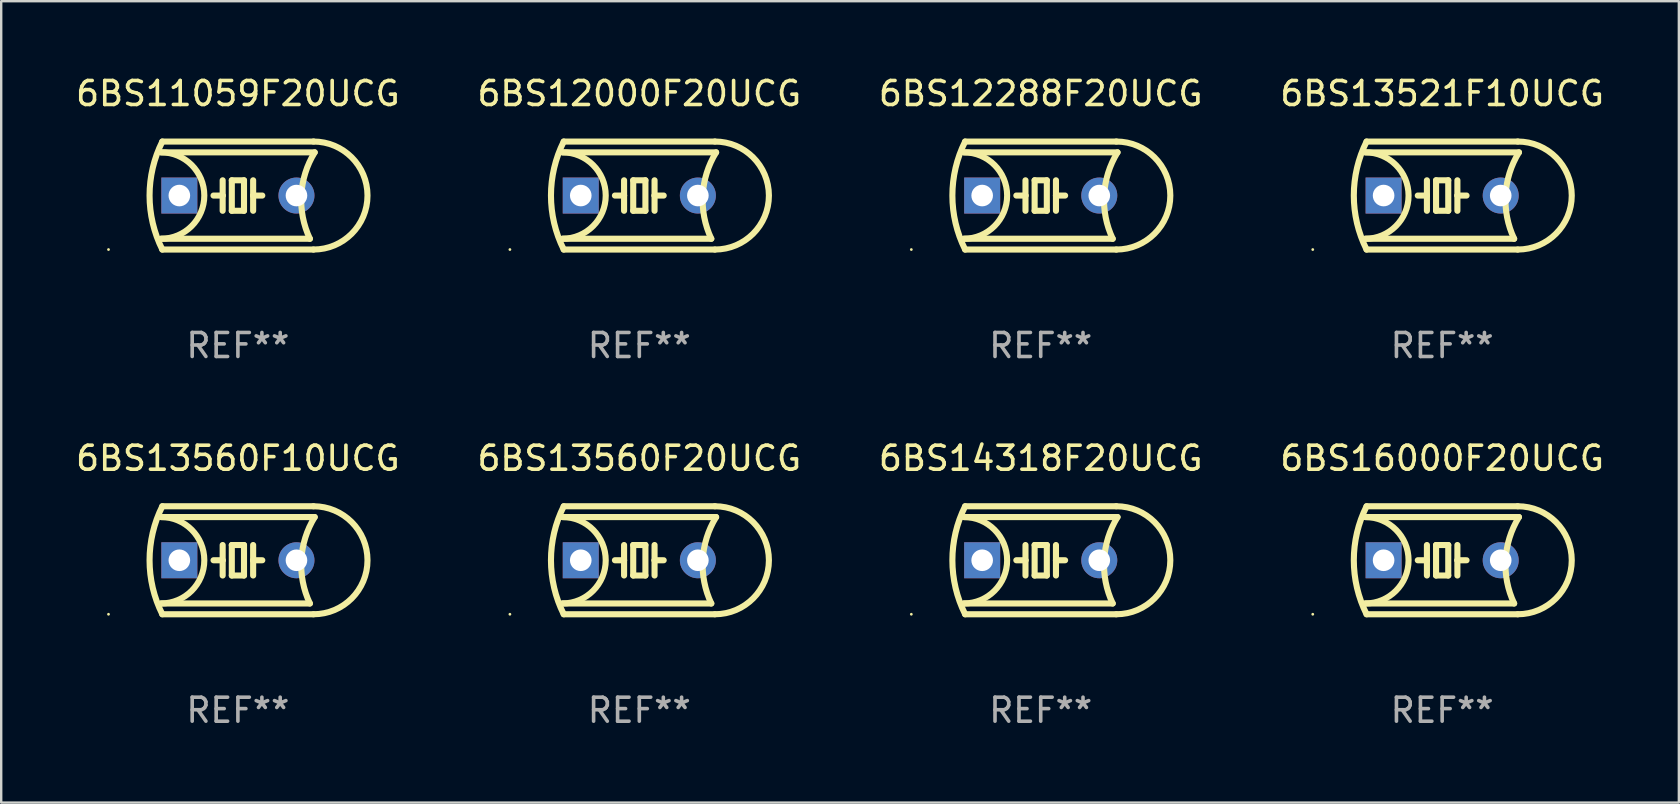
<source format=kicad_pcb>
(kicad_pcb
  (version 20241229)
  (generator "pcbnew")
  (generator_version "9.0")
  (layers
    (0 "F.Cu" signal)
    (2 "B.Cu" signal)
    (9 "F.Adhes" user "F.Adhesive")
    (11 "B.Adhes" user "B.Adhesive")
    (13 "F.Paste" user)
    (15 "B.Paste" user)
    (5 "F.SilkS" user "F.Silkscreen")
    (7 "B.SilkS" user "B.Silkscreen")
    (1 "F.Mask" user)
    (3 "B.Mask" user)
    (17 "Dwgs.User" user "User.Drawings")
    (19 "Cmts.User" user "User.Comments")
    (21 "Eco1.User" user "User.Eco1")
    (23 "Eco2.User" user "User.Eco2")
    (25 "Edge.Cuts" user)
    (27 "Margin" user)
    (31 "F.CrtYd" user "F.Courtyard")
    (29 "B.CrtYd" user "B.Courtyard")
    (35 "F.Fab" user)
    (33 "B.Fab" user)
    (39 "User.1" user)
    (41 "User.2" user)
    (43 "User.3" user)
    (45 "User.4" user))
  (footprint "6BS14318F20UCG"
    (layer "F.Cu")
    (at 40.315 20.295)
    (property "Reference" "6BS14318F20UCG" (at 0 -4.25 0) (layer "F.SilkS") (effects (font (size 1 1) (thickness 0.15))))
    (attr through_hole)
    (fp_line (start -3.2 -1.8) (end 3.2 -1.8) (stroke (width 0.254) (type solid)) (layer "F.SilkS"))
    (fp_line (start -3.15 2.25) (end 3.15 2.25) (stroke (width 0.254) (type solid)) (layer "F.SilkS"))
    (fp_line (start -0.635 -0.635) (end -0.635 0) (stroke (width 0.254) (type solid)) (layer "F.SilkS"))
    (fp_line (start -0.635 0) (end -1.016 0) (stroke (width 0.254) (type solid)) (layer "F.SilkS"))
    (fp_line (start -0.635 0) (end -0.635 0.635) (stroke (width 0.254) (type solid)) (layer "F.SilkS"))
    (fp_line (start -0.254 -0.635) (end -0.254 0.635) (stroke (width 0.254) (type solid)) (layer "F.SilkS"))
    (fp_line (start -0.254 0.635) (end 0.254 0.635) (stroke (width 0.254) (type solid)) (layer "F.SilkS"))
    (fp_line (start 0.254 -0.635) (end -0.254 -0.635) (stroke (width 0.254) (type solid)) (layer "F.SilkS"))
    (fp_line (start 0.254 0.635) (end 0.254 -0.635) (stroke (width 0.254) (type solid)) (layer "F.SilkS"))
    (fp_line (start 0.635 -0.635) (end 0.635 0) (stroke (width 0.254) (type solid)) (layer "F.SilkS"))
    (fp_line (start 0.635 0) (end 0.635 0.635) (stroke (width 0.254) (type solid)) (layer "F.SilkS"))
    (fp_line (start 0.635 0) (end 1.016 0) (stroke (width 0.254) (type solid)) (layer "F.SilkS"))
    (fp_line (start 3 1.8) (end -3.2 1.8) (stroke (width 0.254) (type solid)) (layer "F.SilkS"))
    (fp_line (start 3.15 -2.25) (end -3.15 -2.25) (stroke (width 0.254) (type solid)) (layer "F.SilkS"))
    (fp_arc (start -3.200406 -1.800864) (mid -1.399974 -0.000635) (end -3.2 1.8) (stroke (width 0.254001) (type solid)) (layer "F.SilkS"))
    (fp_arc (start -3.149606 2.250444) (mid -3.680941 0.000261) (end -3.149987 -2.250013) (stroke (width 0.254001) (type solid)) (layer "F.SilkS"))
    (fp_arc (start 2.999746 1.800863) (mid 2.642982 -0.024977) (end 3.2 -1.8) (stroke (width 0.254001) (type solid)) (layer "F.SilkS"))
    (fp_arc (start 3.149607 -2.250445) (mid 5.399848 -0.000406) (end 3.149987 2.250013) (stroke (width 0.254001) (type solid)) (layer "F.SilkS"))
    (fp_circle (center -5.392 2.25) (end -5.362 2.25) (stroke (width 0.06) (type solid)) (fill no) (layer "F.SilkS"))
    (fp_text user "REF**" (at 0 6.25 0) (layer "F.Fab") (effects (font (size 1 1) (thickness 0.15))))
    (pad "1" thru_hole rect (at -2.44 0) (size 1.5 1.5) (drill 0.9) (layers "*.Cu" "*.Mask"))
    (pad "2" thru_hole circle (at 2.44 0) (size 1.5 1.5) (drill 0.9) (layers "*.Cu" "*.Mask")))
  (footprint "6BS13560F10UCG"
    (layer "F.Cu")
    (at 6.863 20.295)
    (property "Reference" "6BS13560F10UCG" (at 0 -4.25 0) (layer "F.SilkS") (effects (font (size 1 1) (thickness 0.15))))
    (attr through_hole)
    (fp_line (start -3.2 -1.8) (end 3.2 -1.8) (stroke (width 0.254) (type solid)) (layer "F.SilkS"))
    (fp_line (start -3.15 2.25) (end 3.15 2.25) (stroke (width 0.254) (type solid)) (layer "F.SilkS"))
    (fp_line (start -0.635 -0.635) (end -0.635 0) (stroke (width 0.254) (type solid)) (layer "F.SilkS"))
    (fp_line (start -0.635 0) (end -1.016 0) (stroke (width 0.254) (type solid)) (layer "F.SilkS"))
    (fp_line (start -0.635 0) (end -0.635 0.635) (stroke (width 0.254) (type solid)) (layer "F.SilkS"))
    (fp_line (start -0.254 -0.635) (end -0.254 0.635) (stroke (width 0.254) (type solid)) (layer "F.SilkS"))
    (fp_line (start -0.254 0.635) (end 0.254 0.635) (stroke (width 0.254) (type solid)) (layer "F.SilkS"))
    (fp_line (start 0.254 -0.635) (end -0.254 -0.635) (stroke (width 0.254) (type solid)) (layer "F.SilkS"))
    (fp_line (start 0.254 0.635) (end 0.254 -0.635) (stroke (width 0.254) (type solid)) (layer "F.SilkS"))
    (fp_line (start 0.635 -0.635) (end 0.635 0) (stroke (width 0.254) (type solid)) (layer "F.SilkS"))
    (fp_line (start 0.635 0) (end 0.635 0.635) (stroke (width 0.254) (type solid)) (layer "F.SilkS"))
    (fp_line (start 0.635 0) (end 1.016 0) (stroke (width 0.254) (type solid)) (layer "F.SilkS"))
    (fp_line (start 3 1.8) (end -3.2 1.8) (stroke (width 0.254) (type solid)) (layer "F.SilkS"))
    (fp_line (start 3.15 -2.25) (end -3.15 -2.25) (stroke (width 0.254) (type solid)) (layer "F.SilkS"))
    (fp_arc (start -3.200406 -1.800864) (mid -1.399974 -0.000635) (end -3.2 1.8) (stroke (width 0.254001) (type solid)) (layer "F.SilkS"))
    (fp_arc (start -3.149606 2.250444) (mid -3.680941 0.000261) (end -3.149987 -2.250013) (stroke (width 0.254001) (type solid)) (layer "F.SilkS"))
    (fp_arc (start 2.999746 1.800863) (mid 2.642982 -0.024977) (end 3.2 -1.8) (stroke (width 0.254001) (type solid)) (layer "F.SilkS"))
    (fp_arc (start 3.149607 -2.250445) (mid 5.399848 -0.000406) (end 3.149987 2.250013) (stroke (width 0.254001) (type solid)) (layer "F.SilkS"))
    (fp_circle (center -5.392 2.25) (end -5.362 2.25) (stroke (width 0.06) (type solid)) (fill no) (layer "F.SilkS"))
    (fp_text user "REF**" (at 0 6.25 0) (layer "F.Fab") (effects (font (size 1 1) (thickness 0.15))))
    (pad "1" thru_hole rect (at -2.44 0) (size 1.5 1.5) (drill 0.9) (layers "*.Cu" "*.Mask"))
    (pad "2" thru_hole circle (at 2.44 0) (size 1.5 1.5) (drill 0.9) (layers "*.Cu" "*.Mask")))
  (footprint "6BS11059F20UCG"
    (layer "F.Cu")
    (at 6.863 5.098)
    (property "Reference" "6BS11059F20UCG" (at 0 -4.25 0) (layer "F.SilkS") (effects (font (size 1 1) (thickness 0.15))))
    (attr through_hole)
    (fp_line (start -3.2 -1.8) (end 3.2 -1.8) (stroke (width 0.254) (type solid)) (layer "F.SilkS"))
    (fp_line (start -3.15 2.25) (end 3.15 2.25) (stroke (width 0.254) (type solid)) (layer "F.SilkS"))
    (fp_line (start -0.635 -0.635) (end -0.635 0) (stroke (width 0.254) (type solid)) (layer "F.SilkS"))
    (fp_line (start -0.635 0) (end -1.016 0) (stroke (width 0.254) (type solid)) (layer "F.SilkS"))
    (fp_line (start -0.635 0) (end -0.635 0.635) (stroke (width 0.254) (type solid)) (layer "F.SilkS"))
    (fp_line (start -0.254 -0.635) (end -0.254 0.635) (stroke (width 0.254) (type solid)) (layer "F.SilkS"))
    (fp_line (start -0.254 0.635) (end 0.254 0.635) (stroke (width 0.254) (type solid)) (layer "F.SilkS"))
    (fp_line (start 0.254 -0.635) (end -0.254 -0.635) (stroke (width 0.254) (type solid)) (layer "F.SilkS"))
    (fp_line (start 0.254 0.635) (end 0.254 -0.635) (stroke (width 0.254) (type solid)) (layer "F.SilkS"))
    (fp_line (start 0.635 -0.635) (end 0.635 0) (stroke (width 0.254) (type solid)) (layer "F.SilkS"))
    (fp_line (start 0.635 0) (end 0.635 0.635) (stroke (width 0.254) (type solid)) (layer "F.SilkS"))
    (fp_line (start 0.635 0) (end 1.016 0) (stroke (width 0.254) (type solid)) (layer "F.SilkS"))
    (fp_line (start 3 1.8) (end -3.2 1.8) (stroke (width 0.254) (type solid)) (layer "F.SilkS"))
    (fp_line (start 3.15 -2.25) (end -3.15 -2.25) (stroke (width 0.254) (type solid)) (layer "F.SilkS"))
    (fp_arc (start -3.200406 -1.800864) (mid -1.399974 -0.000635) (end -3.2 1.8) (stroke (width 0.254001) (type solid)) (layer "F.SilkS"))
    (fp_arc (start -3.149606 2.250444) (mid -3.680941 0.000261) (end -3.149987 -2.250013) (stroke (width 0.254001) (type solid)) (layer "F.SilkS"))
    (fp_arc (start 2.999746 1.800863) (mid 2.642982 -0.024977) (end 3.2 -1.8) (stroke (width 0.254001) (type solid)) (layer "F.SilkS"))
    (fp_arc (start 3.149607 -2.250445) (mid 5.399848 -0.000406) (end 3.149987 2.250013) (stroke (width 0.254001) (type solid)) (layer "F.SilkS"))
    (fp_circle (center -5.392 2.25) (end -5.362 2.25) (stroke (width 0.06) (type solid)) (fill no) (layer "F.SilkS"))
    (fp_text user "REF**" (at 0 6.25 0) (layer "F.Fab") (effects (font (size 1 1) (thickness 0.15))))
    (pad "1" thru_hole rect (at -2.44 0) (size 1.5 1.5) (drill 0.9) (layers "*.Cu" "*.Mask"))
    (pad "2" thru_hole circle (at 2.44 0) (size 1.5 1.5) (drill 0.9) (layers "*.Cu" "*.Mask")))
  (footprint "6BS13521F10UCG"
    (layer "F.Cu")
    (at 57.042 5.098)
    (property "Reference" "6BS13521F10UCG" (at 0 -4.25 0) (layer "F.SilkS") (effects (font (size 1 1) (thickness 0.15))))
    (attr through_hole)
    (fp_line (start -3.2 -1.8) (end 3.2 -1.8) (stroke (width 0.254) (type solid)) (layer "F.SilkS"))
    (fp_line (start -3.15 2.25) (end 3.15 2.25) (stroke (width 0.254) (type solid)) (layer "F.SilkS"))
    (fp_line (start -0.635 -0.635) (end -0.635 0) (stroke (width 0.254) (type solid)) (layer "F.SilkS"))
    (fp_line (start -0.635 0) (end -1.016 0) (stroke (width 0.254) (type solid)) (layer "F.SilkS"))
    (fp_line (start -0.635 0) (end -0.635 0.635) (stroke (width 0.254) (type solid)) (layer "F.SilkS"))
    (fp_line (start -0.254 -0.635) (end -0.254 0.635) (stroke (width 0.254) (type solid)) (layer "F.SilkS"))
    (fp_line (start -0.254 0.635) (end 0.254 0.635) (stroke (width 0.254) (type solid)) (layer "F.SilkS"))
    (fp_line (start 0.254 -0.635) (end -0.254 -0.635) (stroke (width 0.254) (type solid)) (layer "F.SilkS"))
    (fp_line (start 0.254 0.635) (end 0.254 -0.635) (stroke (width 0.254) (type solid)) (layer "F.SilkS"))
    (fp_line (start 0.635 -0.635) (end 0.635 0) (stroke (width 0.254) (type solid)) (layer "F.SilkS"))
    (fp_line (start 0.635 0) (end 0.635 0.635) (stroke (width 0.254) (type solid)) (layer "F.SilkS"))
    (fp_line (start 0.635 0) (end 1.016 0) (stroke (width 0.254) (type solid)) (layer "F.SilkS"))
    (fp_line (start 3 1.8) (end -3.2 1.8) (stroke (width 0.254) (type solid)) (layer "F.SilkS"))
    (fp_line (start 3.15 -2.25) (end -3.15 -2.25) (stroke (width 0.254) (type solid)) (layer "F.SilkS"))
    (fp_arc (start -3.200406 -1.800864) (mid -1.399974 -0.000635) (end -3.2 1.8) (stroke (width 0.254001) (type solid)) (layer "F.SilkS"))
    (fp_arc (start -3.149606 2.250444) (mid -3.680941 0.000261) (end -3.149987 -2.250013) (stroke (width 0.254001) (type solid)) (layer "F.SilkS"))
    (fp_arc (start 2.999746 1.800863) (mid 2.642982 -0.024977) (end 3.2 -1.8) (stroke (width 0.254001) (type solid)) (layer "F.SilkS"))
    (fp_arc (start 3.149607 -2.250445) (mid 5.399848 -0.000406) (end 3.149987 2.250013) (stroke (width 0.254001) (type solid)) (layer "F.SilkS"))
    (fp_circle (center -5.392 2.25) (end -5.362 2.25) (stroke (width 0.06) (type solid)) (fill no) (layer "F.SilkS"))
    (fp_text user "REF**" (at 0 6.25 0) (layer "F.Fab") (effects (font (size 1 1) (thickness 0.15))))
    (pad "1" thru_hole rect (at -2.44 0) (size 1.5 1.5) (drill 0.9) (layers "*.Cu" "*.Mask"))
    (pad "2" thru_hole circle (at 2.44 0) (size 1.5 1.5) (drill 0.9) (layers "*.Cu" "*.Mask")))
  (footprint "6BS16000F20UCG"
    (layer "F.Cu")
    (at 57.042 20.295)
    (property "Reference" "6BS16000F20UCG" (at 0 -4.25 0) (layer "F.SilkS") (effects (font (size 1 1) (thickness 0.15))))
    (attr through_hole)
    (fp_line (start -3.2 -1.8) (end 3.2 -1.8) (stroke (width 0.254) (type solid)) (layer "F.SilkS"))
    (fp_line (start -3.15 2.25) (end 3.15 2.25) (stroke (width 0.254) (type solid)) (layer "F.SilkS"))
    (fp_line (start -0.635 -0.635) (end -0.635 0) (stroke (width 0.254) (type solid)) (layer "F.SilkS"))
    (fp_line (start -0.635 0) (end -1.016 0) (stroke (width 0.254) (type solid)) (layer "F.SilkS"))
    (fp_line (start -0.635 0) (end -0.635 0.635) (stroke (width 0.254) (type solid)) (layer "F.SilkS"))
    (fp_line (start -0.254 -0.635) (end -0.254 0.635) (stroke (width 0.254) (type solid)) (layer "F.SilkS"))
    (fp_line (start -0.254 0.635) (end 0.254 0.635) (stroke (width 0.254) (type solid)) (layer "F.SilkS"))
    (fp_line (start 0.254 -0.635) (end -0.254 -0.635) (stroke (width 0.254) (type solid)) (layer "F.SilkS"))
    (fp_line (start 0.254 0.635) (end 0.254 -0.635) (stroke (width 0.254) (type solid)) (layer "F.SilkS"))
    (fp_line (start 0.635 -0.635) (end 0.635 0) (stroke (width 0.254) (type solid)) (layer "F.SilkS"))
    (fp_line (start 0.635 0) (end 0.635 0.635) (stroke (width 0.254) (type solid)) (layer "F.SilkS"))
    (fp_line (start 0.635 0) (end 1.016 0) (stroke (width 0.254) (type solid)) (layer "F.SilkS"))
    (fp_line (start 3 1.8) (end -3.2 1.8) (stroke (width 0.254) (type solid)) (layer "F.SilkS"))
    (fp_line (start 3.15 -2.25) (end -3.15 -2.25) (stroke (width 0.254) (type solid)) (layer "F.SilkS"))
    (fp_arc (start -3.200406 -1.800864) (mid -1.399974 -0.000635) (end -3.2 1.8) (stroke (width 0.254001) (type solid)) (layer "F.SilkS"))
    (fp_arc (start -3.149606 2.250444) (mid -3.680941 0.000261) (end -3.149987 -2.250013) (stroke (width 0.254001) (type solid)) (layer "F.SilkS"))
    (fp_arc (start 2.999746 1.800863) (mid 2.642982 -0.024977) (end 3.2 -1.8) (stroke (width 0.254001) (type solid)) (layer "F.SilkS"))
    (fp_arc (start 3.149607 -2.250445) (mid 5.399848 -0.000406) (end 3.149987 2.250013) (stroke (width 0.254001) (type solid)) (layer "F.SilkS"))
    (fp_circle (center -5.392 2.25) (end -5.362 2.25) (stroke (width 0.06) (type solid)) (fill no) (layer "F.SilkS"))
    (fp_text user "REF**" (at 0 6.25 0) (layer "F.Fab") (effects (font (size 1 1) (thickness 0.15))))
    (pad "1" thru_hole rect (at -2.44 0) (size 1.5 1.5) (drill 0.9) (layers "*.Cu" "*.Mask"))
    (pad "2" thru_hole circle (at 2.44 0) (size 1.5 1.5) (drill 0.9) (layers "*.Cu" "*.Mask")))
  (footprint "6BS13560F20UCG"
    (layer "F.Cu")
    (at 23.589 20.295)
    (property "Reference" "6BS13560F20UCG" (at 0 -4.25 0) (layer "F.SilkS") (effects (font (size 1 1) (thickness 0.15))))
    (attr through_hole)
    (fp_line (start -3.2 -1.8) (end 3.2 -1.8) (stroke (width 0.254) (type solid)) (layer "F.SilkS"))
    (fp_line (start -3.15 2.25) (end 3.15 2.25) (stroke (width 0.254) (type solid)) (layer "F.SilkS"))
    (fp_line (start -0.635 -0.635) (end -0.635 0) (stroke (width 0.254) (type solid)) (layer "F.SilkS"))
    (fp_line (start -0.635 0) (end -1.016 0) (stroke (width 0.254) (type solid)) (layer "F.SilkS"))
    (fp_line (start -0.635 0) (end -0.635 0.635) (stroke (width 0.254) (type solid)) (layer "F.SilkS"))
    (fp_line (start -0.254 -0.635) (end -0.254 0.635) (stroke (width 0.254) (type solid)) (layer "F.SilkS"))
    (fp_line (start -0.254 0.635) (end 0.254 0.635) (stroke (width 0.254) (type solid)) (layer "F.SilkS"))
    (fp_line (start 0.254 -0.635) (end -0.254 -0.635) (stroke (width 0.254) (type solid)) (layer "F.SilkS"))
    (fp_line (start 0.254 0.635) (end 0.254 -0.635) (stroke (width 0.254) (type solid)) (layer "F.SilkS"))
    (fp_line (start 0.635 -0.635) (end 0.635 0) (stroke (width 0.254) (type solid)) (layer "F.SilkS"))
    (fp_line (start 0.635 0) (end 0.635 0.635) (stroke (width 0.254) (type solid)) (layer "F.SilkS"))
    (fp_line (start 0.635 0) (end 1.016 0) (stroke (width 0.254) (type solid)) (layer "F.SilkS"))
    (fp_line (start 3 1.8) (end -3.2 1.8) (stroke (width 0.254) (type solid)) (layer "F.SilkS"))
    (fp_line (start 3.15 -2.25) (end -3.15 -2.25) (stroke (width 0.254) (type solid)) (layer "F.SilkS"))
    (fp_arc (start -3.200406 -1.800864) (mid -1.399974 -0.000635) (end -3.2 1.8) (stroke (width 0.254001) (type solid)) (layer "F.SilkS"))
    (fp_arc (start -3.149606 2.250444) (mid -3.680941 0.000261) (end -3.149987 -2.250013) (stroke (width 0.254001) (type solid)) (layer "F.SilkS"))
    (fp_arc (start 2.999746 1.800863) (mid 2.642982 -0.024977) (end 3.2 -1.8) (stroke (width 0.254001) (type solid)) (layer "F.SilkS"))
    (fp_arc (start 3.149607 -2.250445) (mid 5.399848 -0.000406) (end 3.149987 2.250013) (stroke (width 0.254001) (type solid)) (layer "F.SilkS"))
    (fp_circle (center -5.392 2.25) (end -5.362 2.25) (stroke (width 0.06) (type solid)) (fill no) (layer "F.SilkS"))
    (fp_text user "REF**" (at 0 6.25 0) (layer "F.Fab") (effects (font (size 1 1) (thickness 0.15))))
    (pad "1" thru_hole rect (at -2.44 0) (size 1.5 1.5) (drill 0.9) (layers "*.Cu" "*.Mask"))
    (pad "2" thru_hole circle (at 2.44 0) (size 1.5 1.5) (drill 0.9) (layers "*.Cu" "*.Mask")))
  (footprint "6BS12000F20UCG"
    (layer "F.Cu")
    (at 23.589 5.098)
    (property "Reference" "6BS12000F20UCG" (at 0 -4.25 0) (layer "F.SilkS") (effects (font (size 1 1) (thickness 0.15))))
    (attr through_hole)
    (fp_line (start -3.2 -1.8) (end 3.2 -1.8) (stroke (width 0.254) (type solid)) (layer "F.SilkS"))
    (fp_line (start -3.15 2.25) (end 3.15 2.25) (stroke (width 0.254) (type solid)) (layer "F.SilkS"))
    (fp_line (start -0.635 -0.635) (end -0.635 0) (stroke (width 0.254) (type solid)) (layer "F.SilkS"))
    (fp_line (start -0.635 0) (end -1.016 0) (stroke (width 0.254) (type solid)) (layer "F.SilkS"))
    (fp_line (start -0.635 0) (end -0.635 0.635) (stroke (width 0.254) (type solid)) (layer "F.SilkS"))
    (fp_line (start -0.254 -0.635) (end -0.254 0.635) (stroke (width 0.254) (type solid)) (layer "F.SilkS"))
    (fp_line (start -0.254 0.635) (end 0.254 0.635) (stroke (width 0.254) (type solid)) (layer "F.SilkS"))
    (fp_line (start 0.254 -0.635) (end -0.254 -0.635) (stroke (width 0.254) (type solid)) (layer "F.SilkS"))
    (fp_line (start 0.254 0.635) (end 0.254 -0.635) (stroke (width 0.254) (type solid)) (layer "F.SilkS"))
    (fp_line (start 0.635 -0.635) (end 0.635 0) (stroke (width 0.254) (type solid)) (layer "F.SilkS"))
    (fp_line (start 0.635 0) (end 0.635 0.635) (stroke (width 0.254) (type solid)) (layer "F.SilkS"))
    (fp_line (start 0.635 0) (end 1.016 0) (stroke (width 0.254) (type solid)) (layer "F.SilkS"))
    (fp_line (start 3 1.8) (end -3.2 1.8) (stroke (width 0.254) (type solid)) (layer "F.SilkS"))
    (fp_line (start 3.15 -2.25) (end -3.15 -2.25) (stroke (width 0.254) (type solid)) (layer "F.SilkS"))
    (fp_arc (start -3.200406 -1.800864) (mid -1.399974 -0.000635) (end -3.2 1.8) (stroke (width 0.254001) (type solid)) (layer "F.SilkS"))
    (fp_arc (start -3.149606 2.250444) (mid -3.680941 0.000261) (end -3.149987 -2.250013) (stroke (width 0.254001) (type solid)) (layer "F.SilkS"))
    (fp_arc (start 2.999746 1.800863) (mid 2.642982 -0.024977) (end 3.2 -1.8) (stroke (width 0.254001) (type solid)) (layer "F.SilkS"))
    (fp_arc (start 3.149607 -2.250445) (mid 5.399848 -0.000406) (end 3.149987 2.250013) (stroke (width 0.254001) (type solid)) (layer "F.SilkS"))
    (fp_circle (center -5.392 2.25) (end -5.362 2.25) (stroke (width 0.06) (type solid)) (fill no) (layer "F.SilkS"))
    (fp_text user "REF**" (at 0 6.25 0) (layer "F.Fab") (effects (font (size 1 1) (thickness 0.15))))
    (pad "1" thru_hole rect (at -2.44 0) (size 1.5 1.5) (drill 0.9) (layers "*.Cu" "*.Mask"))
    (pad "2" thru_hole circle (at 2.44 0) (size 1.5 1.5) (drill 0.9) (layers "*.Cu" "*.Mask")))
  (footprint "6BS12288F20UCG"
    (layer "F.Cu")
    (at 40.315 5.098)
    (property "Reference" "6BS12288F20UCG" (at 0 -4.25 0) (layer "F.SilkS") (effects (font (size 1 1) (thickness 0.15))))
    (attr through_hole)
    (fp_line (start -3.2 -1.8) (end 3.2 -1.8) (stroke (width 0.254) (type solid)) (layer "F.SilkS"))
    (fp_line (start -3.15 2.25) (end 3.15 2.25) (stroke (width 0.254) (type solid)) (layer "F.SilkS"))
    (fp_line (start -0.635 -0.635) (end -0.635 0) (stroke (width 0.254) (type solid)) (layer "F.SilkS"))
    (fp_line (start -0.635 0) (end -1.016 0) (stroke (width 0.254) (type solid)) (layer "F.SilkS"))
    (fp_line (start -0.635 0) (end -0.635 0.635) (stroke (width 0.254) (type solid)) (layer "F.SilkS"))
    (fp_line (start -0.254 -0.635) (end -0.254 0.635) (stroke (width 0.254) (type solid)) (layer "F.SilkS"))
    (fp_line (start -0.254 0.635) (end 0.254 0.635) (stroke (width 0.254) (type solid)) (layer "F.SilkS"))
    (fp_line (start 0.254 -0.635) (end -0.254 -0.635) (stroke (width 0.254) (type solid)) (layer "F.SilkS"))
    (fp_line (start 0.254 0.635) (end 0.254 -0.635) (stroke (width 0.254) (type solid)) (layer "F.SilkS"))
    (fp_line (start 0.635 -0.635) (end 0.635 0) (stroke (width 0.254) (type solid)) (layer "F.SilkS"))
    (fp_line (start 0.635 0) (end 0.635 0.635) (stroke (width 0.254) (type solid)) (layer "F.SilkS"))
    (fp_line (start 0.635 0) (end 1.016 0) (stroke (width 0.254) (type solid)) (layer "F.SilkS"))
    (fp_line (start 3 1.8) (end -3.2 1.8) (stroke (width 0.254) (type solid)) (layer "F.SilkS"))
    (fp_line (start 3.15 -2.25) (end -3.15 -2.25) (stroke (width 0.254) (type solid)) (layer "F.SilkS"))
    (fp_arc (start -3.200406 -1.800864) (mid -1.399974 -0.000635) (end -3.2 1.8) (stroke (width 0.254001) (type solid)) (layer "F.SilkS"))
    (fp_arc (start -3.149606 2.250444) (mid -3.680941 0.000261) (end -3.149987 -2.250013) (stroke (width 0.254001) (type solid)) (layer "F.SilkS"))
    (fp_arc (start 2.999746 1.800863) (mid 2.642982 -0.024977) (end 3.2 -1.8) (stroke (width 0.254001) (type solid)) (layer "F.SilkS"))
    (fp_arc (start 3.149607 -2.250445) (mid 5.399848 -0.000406) (end 3.149987 2.250013) (stroke (width 0.254001) (type solid)) (layer "F.SilkS"))
    (fp_circle (center -5.392 2.25) (end -5.362 2.25) (stroke (width 0.06) (type solid)) (fill no) (layer "F.SilkS"))
    (fp_text user "REF**" (at 0 6.25 0) (layer "F.Fab") (effects (font (size 1 1) (thickness 0.15))))
    (pad "1" thru_hole rect (at -2.44 0) (size 1.5 1.5) (drill 0.9) (layers "*.Cu" "*.Mask"))
    (pad "2" thru_hole circle (at 2.44 0) (size 1.5 1.5) (drill 0.9) (layers "*.Cu" "*.Mask")))
  (gr_rect
    (start -3 -3)
    (end 66.905 30.393)
    (stroke (width 0.1) (type default))
    (fill no)
    (layer "Edge.Cuts")))
</source>
